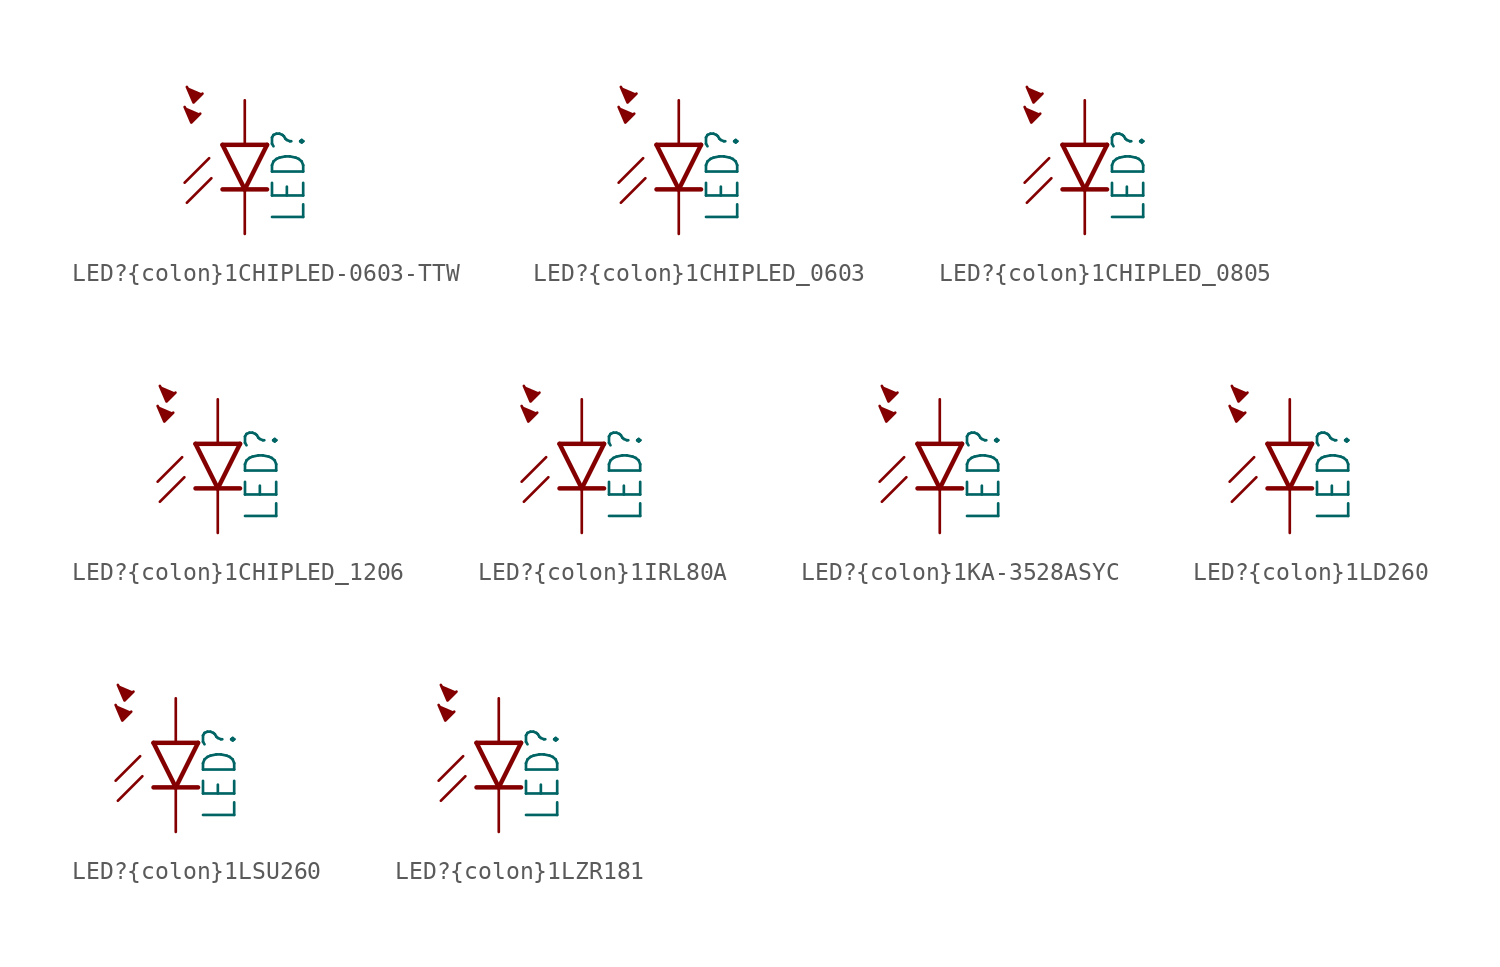
<source format=kicad_sym>
(kicad_symbol_lib
  (version 20241209)
  (generator "kicad_symbol_editor")
  (generator_version "9.0")
  (symbol "LED?{colon}1CHIPLED-0603-TTW"
    (property "Reference" "LED"
      (at 3.556 -4.572 90)
      (effects (font (size 1.778 1.511)) (justify left bottom)))
    (property "Value" ""
      (at 5.715 -4.572 90)
      (effects (font (size 1.778 1.511)) (justify left bottom)))
    (property "ki_locked" ""
      (at 0 0 0)
      (effects (font (size 1.27 1.27))))
    (symbol "LED?{colon}1CHIPLED-0603-TTW_1_0"
      (polyline (pts (xy -3.429 2.159) (xy -3.048 1.27) (xy -2.54 1.778)) (stroke (width 0.152) (type solid)) (fill (type outline)))
      (polyline (pts (xy -3.302 3.302) (xy -2.921 2.413) (xy -2.413 2.921)) (stroke (width 0.152) (type solid)) (fill (type outline)))
      (polyline (pts (xy -2.032 -0.762) (xy -3.429 -2.159)) (stroke (width 0.152) (type solid)) (fill (type none)))
      (polyline (pts (xy -1.905 -1.905) (xy -3.302 -3.302)) (stroke (width 0.152) (type solid)) (fill (type none)))
      (polyline (pts (xy 0 -2.54) (xy -1.27 0)) (stroke (width 0.254) (type solid)) (fill (type none)))
      (polyline (pts (xy 0 -2.54) (xy -1.27 -2.54)) (stroke (width 0.254) (type solid)) (fill (type none)))
      (polyline (pts (xy 1.27 0) (xy -1.27 0)) (stroke (width 0.254) (type solid)) (fill (type none)))
      (polyline (pts (xy 1.27 0) (xy 0 -2.54)) (stroke (width 0.254) (type solid)) (fill (type none)))
      (polyline (pts (xy 1.27 -2.54) (xy 0 -2.54)) (stroke (width 0.254) (type solid)) (fill (type none)))
      (pin passive line (at 0 2.54 270) (length 2.54) (name "A" (effects (font (size 0 0)))) (number "A@1" (effects (font (size 0 0)))))
      (pin passive line (at 0 -5.08 90) (length 2.54) (name "C" (effects (font (size 0 0)))) (number "C@1" (effects (font (size 0 0)))))))
  (symbol "LED?{colon}1CHIPLED_0603"
    (property "Reference" "LED"
      (at 3.556 -4.572 90)
      (effects (font (size 1.778 1.511)) (justify left bottom)))
    (property "Value" ""
      (at 5.715 -4.572 90)
      (effects (font (size 1.778 1.511)) (justify left bottom)))
    (property "ki_locked" ""
      (at 0 0 0)
      (effects (font (size 1.27 1.27))))
    (symbol "LED?{colon}1CHIPLED_0603_1_0"
      (polyline (pts (xy -3.429 2.159) (xy -3.048 1.27) (xy -2.54 1.778)) (stroke (width 0.152) (type solid)) (fill (type outline)))
      (polyline (pts (xy -3.302 3.302) (xy -2.921 2.413) (xy -2.413 2.921)) (stroke (width 0.152) (type solid)) (fill (type outline)))
      (polyline (pts (xy -2.032 -0.762) (xy -3.429 -2.159)) (stroke (width 0.152) (type solid)) (fill (type none)))
      (polyline (pts (xy -1.905 -1.905) (xy -3.302 -3.302)) (stroke (width 0.152) (type solid)) (fill (type none)))
      (polyline (pts (xy 0 -2.54) (xy -1.27 0)) (stroke (width 0.254) (type solid)) (fill (type none)))
      (polyline (pts (xy 0 -2.54) (xy -1.27 -2.54)) (stroke (width 0.254) (type solid)) (fill (type none)))
      (polyline (pts (xy 1.27 0) (xy -1.27 0)) (stroke (width 0.254) (type solid)) (fill (type none)))
      (polyline (pts (xy 1.27 0) (xy 0 -2.54)) (stroke (width 0.254) (type solid)) (fill (type none)))
      (polyline (pts (xy 1.27 -2.54) (xy 0 -2.54)) (stroke (width 0.254) (type solid)) (fill (type none)))
      (pin passive line (at 0 2.54 270) (length 2.54) (name "A" (effects (font (size 0 0)))) (number "A" (effects (font (size 0 0)))))
      (pin passive line (at 0 -5.08 90) (length 2.54) (name "C" (effects (font (size 0 0)))) (number "C" (effects (font (size 0 0)))))))
  (symbol "LED?{colon}1CHIPLED_0805"
    (property "Reference" "LED"
      (at 3.556 -4.572 90)
      (effects (font (size 1.778 1.511)) (justify left bottom)))
    (property "Value" ""
      (at 5.715 -4.572 90)
      (effects (font (size 1.778 1.511)) (justify left bottom)))
    (property "ki_locked" ""
      (at 0 0 0)
      (effects (font (size 1.27 1.27))))
    (symbol "LED?{colon}1CHIPLED_0805_1_0"
      (polyline (pts (xy -3.429 2.159) (xy -3.048 1.27) (xy -2.54 1.778)) (stroke (width 0.152) (type solid)) (fill (type outline)))
      (polyline (pts (xy -3.302 3.302) (xy -2.921 2.413) (xy -2.413 2.921)) (stroke (width 0.152) (type solid)) (fill (type outline)))
      (polyline (pts (xy -2.032 -0.762) (xy -3.429 -2.159)) (stroke (width 0.152) (type solid)) (fill (type none)))
      (polyline (pts (xy -1.905 -1.905) (xy -3.302 -3.302)) (stroke (width 0.152) (type solid)) (fill (type none)))
      (polyline (pts (xy 0 -2.54) (xy -1.27 0)) (stroke (width 0.254) (type solid)) (fill (type none)))
      (polyline (pts (xy 0 -2.54) (xy -1.27 -2.54)) (stroke (width 0.254) (type solid)) (fill (type none)))
      (polyline (pts (xy 1.27 0) (xy -1.27 0)) (stroke (width 0.254) (type solid)) (fill (type none)))
      (polyline (pts (xy 1.27 0) (xy 0 -2.54)) (stroke (width 0.254) (type solid)) (fill (type none)))
      (polyline (pts (xy 1.27 -2.54) (xy 0 -2.54)) (stroke (width 0.254) (type solid)) (fill (type none)))
      (pin passive line (at 0 2.54 270) (length 2.54) (name "A" (effects (font (size 0 0)))) (number "A" (effects (font (size 0 0)))))
      (pin passive line (at 0 -5.08 90) (length 2.54) (name "C" (effects (font (size 0 0)))) (number "C" (effects (font (size 0 0)))))))
  (symbol "LED?{colon}1CHIPLED_1206"
    (property "Reference" "LED"
      (at 3.556 -4.572 90)
      (effects (font (size 1.778 1.511)) (justify left bottom)))
    (property "Value" ""
      (at 5.715 -4.572 90)
      (effects (font (size 1.778 1.511)) (justify left bottom)))
    (property "ki_locked" ""
      (at 0 0 0)
      (effects (font (size 1.27 1.27))))
    (symbol "LED?{colon}1CHIPLED_1206_1_0"
      (polyline (pts (xy -3.429 2.159) (xy -3.048 1.27) (xy -2.54 1.778)) (stroke (width 0.152) (type solid)) (fill (type outline)))
      (polyline (pts (xy -3.302 3.302) (xy -2.921 2.413) (xy -2.413 2.921)) (stroke (width 0.152) (type solid)) (fill (type outline)))
      (polyline (pts (xy -2.032 -0.762) (xy -3.429 -2.159)) (stroke (width 0.152) (type solid)) (fill (type none)))
      (polyline (pts (xy -1.905 -1.905) (xy -3.302 -3.302)) (stroke (width 0.152) (type solid)) (fill (type none)))
      (polyline (pts (xy 0 -2.54) (xy -1.27 0)) (stroke (width 0.254) (type solid)) (fill (type none)))
      (polyline (pts (xy 0 -2.54) (xy -1.27 -2.54)) (stroke (width 0.254) (type solid)) (fill (type none)))
      (polyline (pts (xy 1.27 0) (xy -1.27 0)) (stroke (width 0.254) (type solid)) (fill (type none)))
      (polyline (pts (xy 1.27 0) (xy 0 -2.54)) (stroke (width 0.254) (type solid)) (fill (type none)))
      (polyline (pts (xy 1.27 -2.54) (xy 0 -2.54)) (stroke (width 0.254) (type solid)) (fill (type none)))
      (pin passive line (at 0 2.54 270) (length 2.54) (name "A" (effects (font (size 0 0)))) (number "A" (effects (font (size 0 0)))))
      (pin passive line (at 0 -5.08 90) (length 2.54) (name "C" (effects (font (size 0 0)))) (number "C" (effects (font (size 0 0)))))))
  (symbol "LED?{colon}1IRL80A"
    (property "Reference" "LED"
      (at 3.556 -4.572 90)
      (effects (font (size 1.778 1.511)) (justify left bottom)))
    (property "Value" ""
      (at 5.715 -4.572 90)
      (effects (font (size 1.778 1.511)) (justify left bottom)))
    (property "ki_locked" ""
      (at 0 0 0)
      (effects (font (size 1.27 1.27))))
    (symbol "LED?{colon}1IRL80A_1_0"
      (polyline (pts (xy -3.429 2.159) (xy -3.048 1.27) (xy -2.54 1.778)) (stroke (width 0.152) (type solid)) (fill (type outline)))
      (polyline (pts (xy -3.302 3.302) (xy -2.921 2.413) (xy -2.413 2.921)) (stroke (width 0.152) (type solid)) (fill (type outline)))
      (polyline (pts (xy -2.032 -0.762) (xy -3.429 -2.159)) (stroke (width 0.152) (type solid)) (fill (type none)))
      (polyline (pts (xy -1.905 -1.905) (xy -3.302 -3.302)) (stroke (width 0.152) (type solid)) (fill (type none)))
      (polyline (pts (xy 0 -2.54) (xy -1.27 0)) (stroke (width 0.254) (type solid)) (fill (type none)))
      (polyline (pts (xy 0 -2.54) (xy -1.27 -2.54)) (stroke (width 0.254) (type solid)) (fill (type none)))
      (polyline (pts (xy 1.27 0) (xy -1.27 0)) (stroke (width 0.254) (type solid)) (fill (type none)))
      (polyline (pts (xy 1.27 0) (xy 0 -2.54)) (stroke (width 0.254) (type solid)) (fill (type none)))
      (polyline (pts (xy 1.27 -2.54) (xy 0 -2.54)) (stroke (width 0.254) (type solid)) (fill (type none)))
      (pin passive line (at 0 2.54 270) (length 2.54) (name "A" (effects (font (size 0 0)))) (number "A" (effects (font (size 0 0)))))
      (pin passive line (at 0 -5.08 90) (length 2.54) (name "C" (effects (font (size 0 0)))) (number "K" (effects (font (size 0 0)))))))
  (symbol "LED?{colon}1KA-3528ASYC"
    (property "Reference" "LED"
      (at 3.556 -4.572 90)
      (effects (font (size 1.778 1.511)) (justify left bottom)))
    (property "Value" ""
      (at 5.715 -4.572 90)
      (effects (font (size 1.778 1.511)) (justify left bottom)))
    (property "ki_locked" ""
      (at 0 0 0)
      (effects (font (size 1.27 1.27))))
    (symbol "LED?{colon}1KA-3528ASYC_1_0"
      (polyline (pts (xy -3.429 2.159) (xy -3.048 1.27) (xy -2.54 1.778)) (stroke (width 0.152) (type solid)) (fill (type outline)))
      (polyline (pts (xy -3.302 3.302) (xy -2.921 2.413) (xy -2.413 2.921)) (stroke (width 0.152) (type solid)) (fill (type outline)))
      (polyline (pts (xy -2.032 -0.762) (xy -3.429 -2.159)) (stroke (width 0.152) (type solid)) (fill (type none)))
      (polyline (pts (xy -1.905 -1.905) (xy -3.302 -3.302)) (stroke (width 0.152) (type solid)) (fill (type none)))
      (polyline (pts (xy 0 -2.54) (xy -1.27 0)) (stroke (width 0.254) (type solid)) (fill (type none)))
      (polyline (pts (xy 0 -2.54) (xy -1.27 -2.54)) (stroke (width 0.254) (type solid)) (fill (type none)))
      (polyline (pts (xy 1.27 0) (xy -1.27 0)) (stroke (width 0.254) (type solid)) (fill (type none)))
      (polyline (pts (xy 1.27 0) (xy 0 -2.54)) (stroke (width 0.254) (type solid)) (fill (type none)))
      (polyline (pts (xy 1.27 -2.54) (xy 0 -2.54)) (stroke (width 0.254) (type solid)) (fill (type none)))
      (pin passive line (at 0 2.54 270) (length 2.54) (name "A" (effects (font (size 0 0)))) (number "A" (effects (font (size 0 0)))))
      (pin passive line (at 0 -5.08 90) (length 2.54) (name "C" (effects (font (size 0 0)))) (number "C" (effects (font (size 0 0)))))))
  (symbol "LED?{colon}1LD260"
    (property "Reference" "LED"
      (at 3.556 -4.572 90)
      (effects (font (size 1.778 1.511)) (justify left bottom)))
    (property "Value" ""
      (at 5.715 -4.572 90)
      (effects (font (size 1.778 1.511)) (justify left bottom)))
    (property "ki_locked" ""
      (at 0 0 0)
      (effects (font (size 1.27 1.27))))
    (symbol "LED?{colon}1LD260_1_0"
      (polyline (pts (xy -3.429 2.159) (xy -3.048 1.27) (xy -2.54 1.778)) (stroke (width 0.152) (type solid)) (fill (type outline)))
      (polyline (pts (xy -3.302 3.302) (xy -2.921 2.413) (xy -2.413 2.921)) (stroke (width 0.152) (type solid)) (fill (type outline)))
      (polyline (pts (xy -2.032 -0.762) (xy -3.429 -2.159)) (stroke (width 0.152) (type solid)) (fill (type none)))
      (polyline (pts (xy -1.905 -1.905) (xy -3.302 -3.302)) (stroke (width 0.152) (type solid)) (fill (type none)))
      (polyline (pts (xy 0 -2.54) (xy -1.27 0)) (stroke (width 0.254) (type solid)) (fill (type none)))
      (polyline (pts (xy 0 -2.54) (xy -1.27 -2.54)) (stroke (width 0.254) (type solid)) (fill (type none)))
      (polyline (pts (xy 1.27 0) (xy -1.27 0)) (stroke (width 0.254) (type solid)) (fill (type none)))
      (polyline (pts (xy 1.27 0) (xy 0 -2.54)) (stroke (width 0.254) (type solid)) (fill (type none)))
      (polyline (pts (xy 1.27 -2.54) (xy 0 -2.54)) (stroke (width 0.254) (type solid)) (fill (type none)))
      (pin passive line (at 0 2.54 270) (length 2.54) (name "A" (effects (font (size 0 0)))) (number "A" (effects (font (size 0 0)))))
      (pin passive line (at 0 -5.08 90) (length 2.54) (name "C" (effects (font (size 0 0)))) (number "K" (effects (font (size 0 0)))))))
  (symbol "LED?{colon}1LSU260"
    (property "Reference" "LED"
      (at 3.556 -4.572 90)
      (effects (font (size 1.778 1.511)) (justify left bottom)))
    (property "Value" ""
      (at 5.715 -4.572 90)
      (effects (font (size 1.778 1.511)) (justify left bottom)))
    (property "ki_locked" ""
      (at 0 0 0)
      (effects (font (size 1.27 1.27))))
    (symbol "LED?{colon}1LSU260_1_0"
      (polyline (pts (xy -3.429 2.159) (xy -3.048 1.27) (xy -2.54 1.778)) (stroke (width 0.152) (type solid)) (fill (type outline)))
      (polyline (pts (xy -3.302 3.302) (xy -2.921 2.413) (xy -2.413 2.921)) (stroke (width 0.152) (type solid)) (fill (type outline)))
      (polyline (pts (xy -2.032 -0.762) (xy -3.429 -2.159)) (stroke (width 0.152) (type solid)) (fill (type none)))
      (polyline (pts (xy -1.905 -1.905) (xy -3.302 -3.302)) (stroke (width 0.152) (type solid)) (fill (type none)))
      (polyline (pts (xy 0 -2.54) (xy -1.27 0)) (stroke (width 0.254) (type solid)) (fill (type none)))
      (polyline (pts (xy 0 -2.54) (xy -1.27 -2.54)) (stroke (width 0.254) (type solid)) (fill (type none)))
      (polyline (pts (xy 1.27 0) (xy -1.27 0)) (stroke (width 0.254) (type solid)) (fill (type none)))
      (polyline (pts (xy 1.27 0) (xy 0 -2.54)) (stroke (width 0.254) (type solid)) (fill (type none)))
      (polyline (pts (xy 1.27 -2.54) (xy 0 -2.54)) (stroke (width 0.254) (type solid)) (fill (type none)))
      (pin passive line (at 0 2.54 270) (length 2.54) (name "A" (effects (font (size 0 0)))) (number "A" (effects (font (size 0 0)))))
      (pin passive line (at 0 -5.08 90) (length 2.54) (name "C" (effects (font (size 0 0)))) (number "K" (effects (font (size 0 0)))))))
  (symbol "LED?{colon}1LZR181"
    (property "Reference" "LED"
      (at 3.556 -4.572 90)
      (effects (font (size 1.778 1.511)) (justify left bottom)))
    (property "Value" ""
      (at 5.715 -4.572 90)
      (effects (font (size 1.778 1.511)) (justify left bottom)))
    (property "ki_locked" ""
      (at 0 0 0)
      (effects (font (size 1.27 1.27))))
    (symbol "LED?{colon}1LZR181_1_0"
      (polyline (pts (xy -3.429 2.159) (xy -3.048 1.27) (xy -2.54 1.778)) (stroke (width 0.152) (type solid)) (fill (type outline)))
      (polyline (pts (xy -3.302 3.302) (xy -2.921 2.413) (xy -2.413 2.921)) (stroke (width 0.152) (type solid)) (fill (type outline)))
      (polyline (pts (xy -2.032 -0.762) (xy -3.429 -2.159)) (stroke (width 0.152) (type solid)) (fill (type none)))
      (polyline (pts (xy -1.905 -1.905) (xy -3.302 -3.302)) (stroke (width 0.152) (type solid)) (fill (type none)))
      (polyline (pts (xy 0 -2.54) (xy -1.27 0)) (stroke (width 0.254) (type solid)) (fill (type none)))
      (polyline (pts (xy 0 -2.54) (xy -1.27 -2.54)) (stroke (width 0.254) (type solid)) (fill (type none)))
      (polyline (pts (xy 1.27 0) (xy -1.27 0)) (stroke (width 0.254) (type solid)) (fill (type none)))
      (polyline (pts (xy 1.27 0) (xy 0 -2.54)) (stroke (width 0.254) (type solid)) (fill (type none)))
      (polyline (pts (xy 1.27 -2.54) (xy 0 -2.54)) (stroke (width 0.254) (type solid)) (fill (type none)))
      (pin passive line (at 0 2.54 270) (length 2.54) (name "A" (effects (font (size 0 0)))) (number "A" (effects (font (size 0 0)))))
      (pin passive line (at 0 -5.08 90) (length 2.54) (name "C" (effects (font (size 0 0)))) (number "K" (effects (font (size 0 0))))))))
</source>
